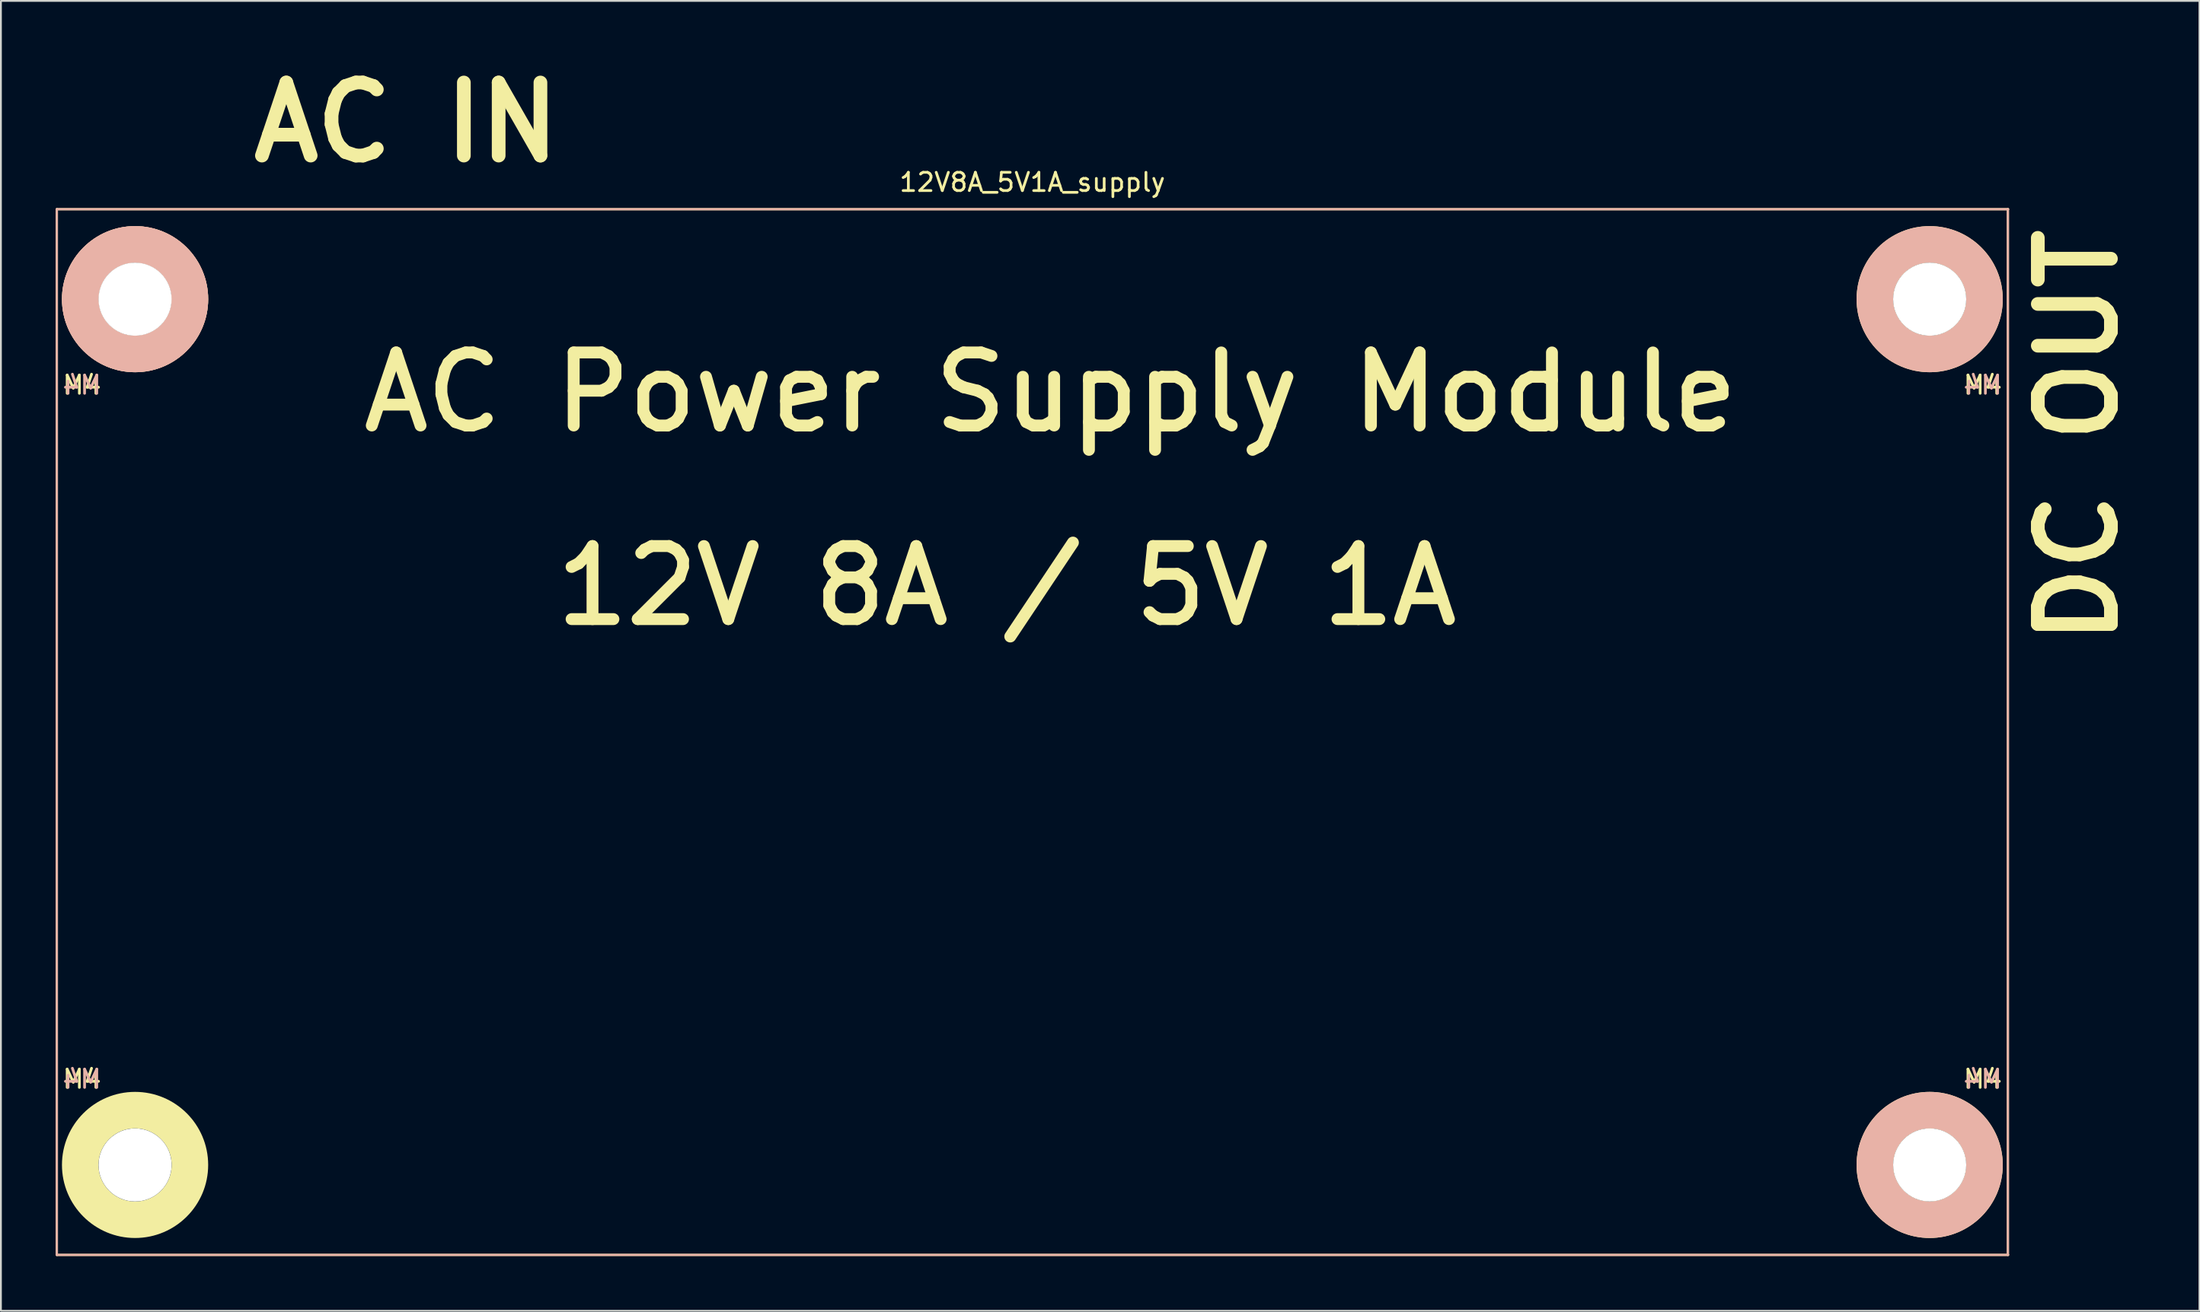
<source format=kicad_pcb>
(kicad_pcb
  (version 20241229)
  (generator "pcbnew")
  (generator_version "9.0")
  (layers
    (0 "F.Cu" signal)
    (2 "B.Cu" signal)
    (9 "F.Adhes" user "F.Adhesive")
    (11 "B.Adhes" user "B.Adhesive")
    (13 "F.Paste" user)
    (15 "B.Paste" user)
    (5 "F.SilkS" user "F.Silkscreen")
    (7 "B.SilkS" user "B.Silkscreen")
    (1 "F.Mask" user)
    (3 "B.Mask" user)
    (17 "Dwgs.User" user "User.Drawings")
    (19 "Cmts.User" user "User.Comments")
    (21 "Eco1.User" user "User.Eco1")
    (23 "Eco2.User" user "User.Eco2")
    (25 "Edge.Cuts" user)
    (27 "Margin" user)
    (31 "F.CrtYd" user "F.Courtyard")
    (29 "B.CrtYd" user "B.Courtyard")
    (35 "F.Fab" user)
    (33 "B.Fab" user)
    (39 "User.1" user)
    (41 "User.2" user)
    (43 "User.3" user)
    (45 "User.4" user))
  (footprint "12V8A_5V1A_supply"
    (layer "F.Cu")
    (at 53.435 37.029)
    (property "Reference" "12V8A_5V1A_supply" (at 0 -30.1 0) (layer "F.SilkS") (effects (font (size 1 1) (thickness 0.15))))
    (attr through_hole)
    (fp_line (start -53.375 -28.625) (end -53.375 28.625) (stroke (width 0.12) (type solid)) (layer "F.SilkS"))
    (fp_line (start -53.375 -28.625) (end 53.385 -28.625) (stroke (width 0.12) (type solid)) (layer "F.SilkS"))
    (fp_line (start -53.375 28.625) (end 53.385 28.625) (stroke (width 0.12) (type solid)) (layer "F.SilkS"))
    (fp_line (start 53.375 -28.625) (end 53.375 28.625) (stroke (width 0.12) (type solid)) (layer "F.SilkS"))
    (fp_circle (center -49.095 -23.7) (end -46.095 -23.7) (stroke (width 2) (type solid)) (fill no) (layer "F.SilkS"))
    (fp_circle (center -49.095 23.7) (end -46.095 23.7) (stroke (width 2) (type solid)) (fill no) (layer "F.SilkS"))
    (fp_circle (center 49.095 -23.7) (end 52.095 -23.7) (stroke (width 2) (type solid)) (fill no) (layer "F.SilkS"))
    (fp_circle (center 49.095 23.7) (end 52.095 23.7) (stroke (width 2) (type solid)) (fill no) (layer "F.SilkS"))
    (fp_line (start -53.375 -28.625) (end -53.375 28.625) (stroke (width 0.12) (type solid)) (layer "B.SilkS"))
    (fp_line (start -53.375 -28.625) (end 53.385 -28.625) (stroke (width 0.12) (type solid)) (layer "B.SilkS"))
    (fp_line (start -53.375 28.625) (end 53.385 28.625) (stroke (width 0.12) (type solid)) (layer "B.SilkS"))
    (fp_line (start 53.375 -28.625) (end 53.375 28.625) (stroke (width 0.12) (type solid)) (layer "B.SilkS"))
    (fp_circle (center -49.095 -23.7) (end -46.095 -23.7) (stroke (width 2) (type solid)) (fill no) (layer "B.SilkS"))
    (fp_circle (center -49.095 -23.7) (end -46.095 -23.7) (stroke (width 2) (type solid)) (fill no) (layer "B.SilkS"))
    (fp_circle (center 49.095 -23.7) (end 52.095 -23.7) (stroke (width 2) (type solid)) (fill no) (layer "B.SilkS"))
    (fp_circle (center 49.095 23.7) (end 52.095 23.7) (stroke (width 2) (type solid)) (fill no) (layer "B.SilkS"))
    (fp_text user "DC OUT" (at 57.2 -16.2 270) (layer "F.SilkS") (effects (font (size 4 4) (thickness 0.75))))
    (fp_text user "M4" (at -52 19 0) (layer "F.SilkS") (effects (font (size 1 1) (thickness 0.15))))
    (fp_text user "AC IN" (at -34.249 -33.373 0) (layer "F.SilkS") (effects (font (size 4 4) (thickness 0.75))))
    (fp_text user "M4" (at 52 19 0) (layer "F.SilkS") (effects (font (size 1 1) (thickness 0.15))))
    (fp_text user "AC Power Supply Module" (at 1 -18.6 0) (layer "F.SilkS") (effects (font (size 4 4) (thickness 0.65))))
    (fp_text user "12V 8A / 5V 1A" (at -1.4 -8 0) (layer "F.SilkS") (effects (font (size 4 4) (thickness 0.65))))
    (fp_text user "M4" (at -52 -19 0) (layer "F.SilkS") (effects (font (size 1 1) (thickness 0.15))))
    (fp_text user "M4" (at 52 -19 0) (layer "F.SilkS") (effects (font (size 1 1) (thickness 0.15))))
    (fp_text user "M4" (at -52 19 0) (layer "B.SilkS") (effects (font (size 1 1) (thickness 0.15)) (justify mirror)))
    (fp_text user "M4" (at -52 -19 0) (layer "B.SilkS") (effects (font (size 1 1) (thickness 0.15)) (justify mirror)))
    (fp_text user "M4" (at 52 19 0) (layer "B.SilkS") (effects (font (size 1 1) (thickness 0.15)) (justify mirror)))
    (fp_text user "M4" (at 52 -19 0) (layer "B.SilkS") (effects (font (size 1 1) (thickness 0.15)) (justify mirror)))
    (pad "" np_thru_hole circle (at -49.095 -23.7) (size 4 4) (drill 4) (layers "*.Cu" "*.Mask"))
    (pad "" np_thru_hole circle (at -49.095 23.7) (size 4 4) (drill 4) (layers "*.Cu" "*.Mask"))
    (pad "" np_thru_hole circle (at 49.095 -23.7) (size 4 4) (drill 4) (layers "*.Cu" "*.Mask"))
    (pad "" np_thru_hole circle (at 49.095 23.7) (size 4 4) (drill 4) (layers "*.Cu" "*.Mask")))
  (gr_rect
    (start -3 -3)
    (end 117.291 68.714)
    (stroke (width 0.1) (type default))
    (fill no)
    (layer "Edge.Cuts")))
</source>
